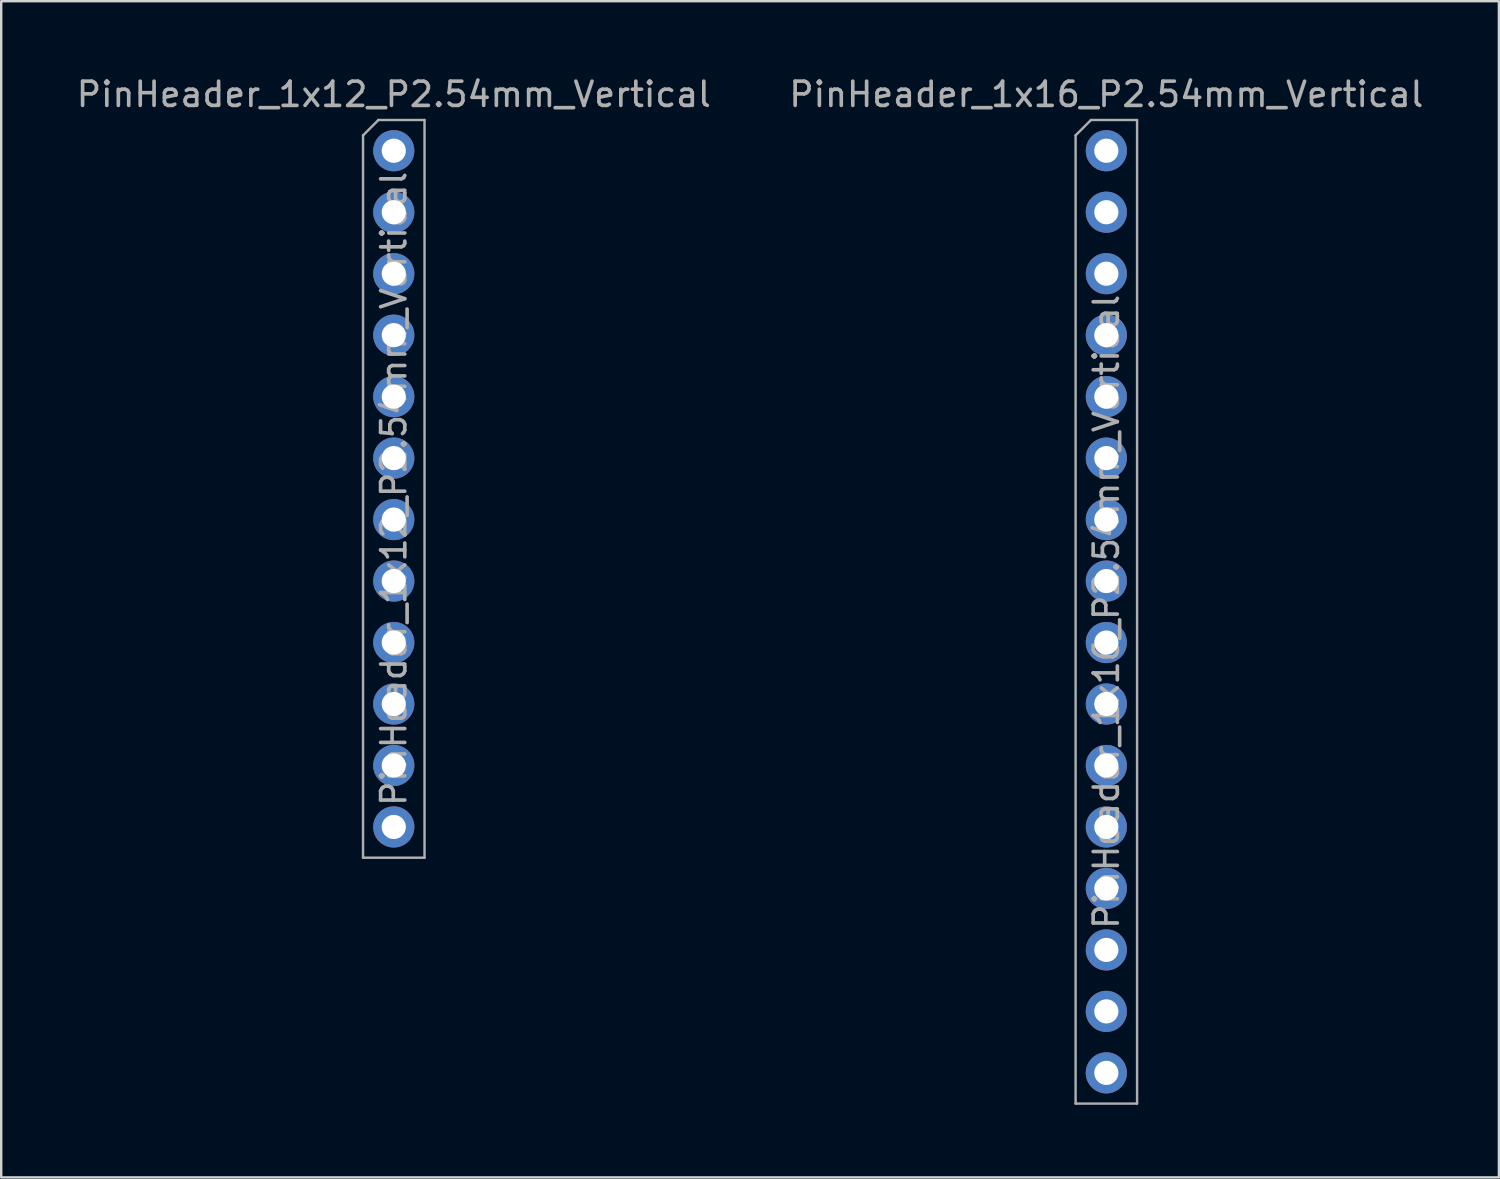
<source format=kicad_pcb>
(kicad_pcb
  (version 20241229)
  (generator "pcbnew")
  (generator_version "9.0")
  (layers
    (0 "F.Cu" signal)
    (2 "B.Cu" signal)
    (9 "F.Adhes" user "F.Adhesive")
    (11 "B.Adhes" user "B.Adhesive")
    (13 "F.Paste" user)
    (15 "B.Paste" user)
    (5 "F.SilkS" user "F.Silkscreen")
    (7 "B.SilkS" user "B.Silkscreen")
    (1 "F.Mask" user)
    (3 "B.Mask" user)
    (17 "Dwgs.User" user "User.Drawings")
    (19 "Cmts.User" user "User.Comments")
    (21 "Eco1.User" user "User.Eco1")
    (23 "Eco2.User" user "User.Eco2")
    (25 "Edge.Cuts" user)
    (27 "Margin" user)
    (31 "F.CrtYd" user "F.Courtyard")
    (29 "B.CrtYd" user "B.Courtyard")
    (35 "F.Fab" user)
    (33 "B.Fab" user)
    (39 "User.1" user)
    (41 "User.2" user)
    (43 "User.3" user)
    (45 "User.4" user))
  (footprint "PinHeader_1x16_P2.54mm_Vertical"
    (layer "F.Cu")
    (at 42.661 3.178)
    (property "Reference" "PinHeader_1x16_P2.54mm_Vertical" (at 0 -2.33 0) (layer "F.Fab") (effects (font (size 1 1) (thickness 0.15))))
    (attr through_hole)
    (fp_line (start -1.27 -0.635) (end -0.635 -1.27) (stroke (width 0.1) (type solid)) (layer "F.Fab"))
    (fp_line (start -1.27 39.37) (end -1.27 -0.635) (stroke (width 0.1) (type solid)) (layer "F.Fab"))
    (fp_line (start -0.635 -1.27) (end 1.27 -1.27) (stroke (width 0.1) (type solid)) (layer "F.Fab"))
    (fp_line (start 1.27 -1.27) (end 1.27 39.37) (stroke (width 0.1) (type solid)) (layer "F.Fab"))
    (fp_line (start 1.27 39.37) (end -1.27 39.37) (stroke (width 0.1) (type solid)) (layer "F.Fab"))
    (fp_text user "${REFERENCE}" (at 0 19.05 90) (layer "F.Fab") (effects (font (size 1 1) (thickness 0.15))))
    (pad "1" thru_hole circle (at 0 0) (size 1.7 1.7) (drill 1) (layers "*.Cu" "*.Mask"))
    (pad "2" thru_hole oval (at 0 2.54) (size 1.7 1.7) (drill 1) (layers "*.Cu" "*.Mask"))
    (pad "3" thru_hole oval (at 0 5.08) (size 1.7 1.7) (drill 1) (layers "*.Cu" "*.Mask"))
    (pad "4" thru_hole oval (at 0 7.62) (size 1.7 1.7) (drill 1) (layers "*.Cu" "*.Mask"))
    (pad "5" thru_hole oval (at 0 10.16) (size 1.7 1.7) (drill 1) (layers "*.Cu" "*.Mask"))
    (pad "6" thru_hole oval (at 0 12.7) (size 1.7 1.7) (drill 1) (layers "*.Cu" "*.Mask"))
    (pad "7" thru_hole oval (at 0 15.24) (size 1.7 1.7) (drill 1) (layers "*.Cu" "*.Mask"))
    (pad "8" thru_hole oval (at 0 17.78) (size 1.7 1.7) (drill 1) (layers "*.Cu" "*.Mask"))
    (pad "9" thru_hole oval (at 0 20.32) (size 1.7 1.7) (drill 1) (layers "*.Cu" "*.Mask"))
    (pad "10" thru_hole oval (at 0 22.86) (size 1.7 1.7) (drill 1) (layers "*.Cu" "*.Mask"))
    (pad "11" thru_hole oval (at 0 25.4) (size 1.7 1.7) (drill 1) (layers "*.Cu" "*.Mask"))
    (pad "12" thru_hole oval (at 0 27.94) (size 1.7 1.7) (drill 1) (layers "*.Cu" "*.Mask"))
    (pad "13" thru_hole oval (at 0 30.48) (size 1.7 1.7) (drill 1) (layers "*.Cu" "*.Mask"))
    (pad "14" thru_hole oval (at 0 33.02) (size 1.7 1.7) (drill 1) (layers "*.Cu" "*.Mask"))
    (pad "15" thru_hole oval (at 0 35.56) (size 1.7 1.7) (drill 1) (layers "*.Cu" "*.Mask"))
    (pad "16" thru_hole oval (at 0 38.1) (size 1.7 1.7) (drill 1) (layers "*.Cu" "*.Mask")))
  (footprint "PinHeader_1x12_P2.54mm_Vertical"
    (layer "F.Cu")
    (at 13.22 3.178)
    (property "Reference" "PinHeader_1x12_P2.54mm_Vertical" (at 0 -2.33 0) (layer "F.Fab") (effects (font (size 1 1) (thickness 0.15))))
    (attr through_hole)
    (fp_line (start -1.27 -0.635) (end -0.635 -1.27) (stroke (width 0.1) (type solid)) (layer "F.Fab"))
    (fp_line (start -1.27 29.21) (end -1.27 -0.635) (stroke (width 0.1) (type solid)) (layer "F.Fab"))
    (fp_line (start -0.635 -1.27) (end 1.27 -1.27) (stroke (width 0.1) (type solid)) (layer "F.Fab"))
    (fp_line (start 1.27 -1.27) (end 1.27 29.21) (stroke (width 0.1) (type solid)) (layer "F.Fab"))
    (fp_line (start 1.27 29.21) (end -1.27 29.21) (stroke (width 0.1) (type solid)) (layer "F.Fab"))
    (fp_text user "${REFERENCE}" (at 0 13.97 90) (layer "F.Fab") (effects (font (size 1 1) (thickness 0.15))))
    (pad "1" thru_hole circle (at 0 0) (size 1.7 1.7) (drill 1) (layers "*.Cu" "*.Mask"))
    (pad "2" thru_hole oval (at 0 2.54) (size 1.7 1.7) (drill 1) (layers "*.Cu" "*.Mask"))
    (pad "3" thru_hole oval (at 0 5.08) (size 1.7 1.7) (drill 1) (layers "*.Cu" "*.Mask"))
    (pad "4" thru_hole oval (at 0 7.62) (size 1.7 1.7) (drill 1) (layers "*.Cu" "*.Mask"))
    (pad "5" thru_hole oval (at 0 10.16) (size 1.7 1.7) (drill 1) (layers "*.Cu" "*.Mask"))
    (pad "6" thru_hole oval (at 0 12.7) (size 1.7 1.7) (drill 1) (layers "*.Cu" "*.Mask"))
    (pad "7" thru_hole oval (at 0 15.24) (size 1.7 1.7) (drill 1) (layers "*.Cu" "*.Mask"))
    (pad "8" thru_hole oval (at 0 17.78) (size 1.7 1.7) (drill 1) (layers "*.Cu" "*.Mask"))
    (pad "9" thru_hole oval (at 0 20.32) (size 1.7 1.7) (drill 1) (layers "*.Cu" "*.Mask"))
    (pad "10" thru_hole oval (at 0 22.86) (size 1.7 1.7) (drill 1) (layers "*.Cu" "*.Mask"))
    (pad "11" thru_hole oval (at 0 25.4) (size 1.7 1.7) (drill 1) (layers "*.Cu" "*.Mask"))
    (pad "12" thru_hole oval (at 0 27.94) (size 1.7 1.7) (drill 1) (layers "*.Cu" "*.Mask")))
  (gr_rect
    (start -3 -3)
    (end 58.881 45.598)
    (stroke (width 0.1) (type default))
    (fill no)
    (layer "Edge.Cuts")))
</source>
